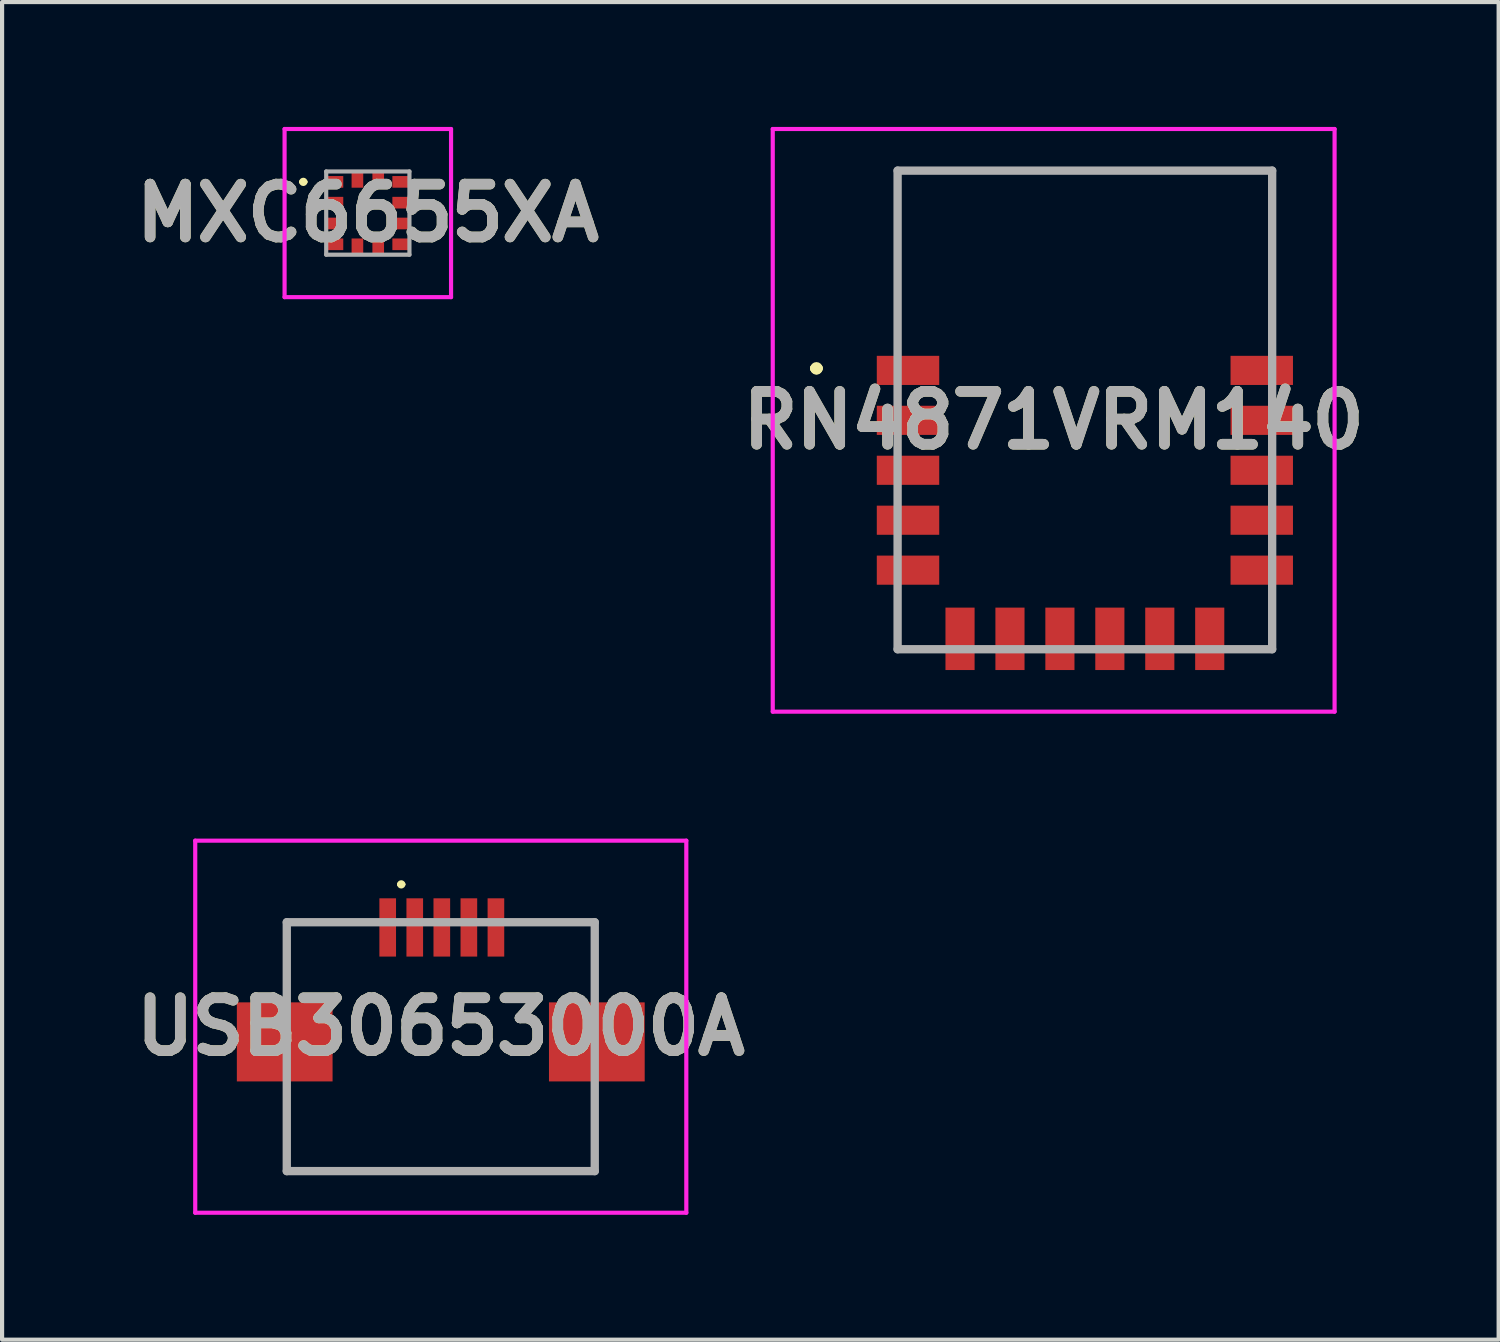
<source format=kicad_pcb>
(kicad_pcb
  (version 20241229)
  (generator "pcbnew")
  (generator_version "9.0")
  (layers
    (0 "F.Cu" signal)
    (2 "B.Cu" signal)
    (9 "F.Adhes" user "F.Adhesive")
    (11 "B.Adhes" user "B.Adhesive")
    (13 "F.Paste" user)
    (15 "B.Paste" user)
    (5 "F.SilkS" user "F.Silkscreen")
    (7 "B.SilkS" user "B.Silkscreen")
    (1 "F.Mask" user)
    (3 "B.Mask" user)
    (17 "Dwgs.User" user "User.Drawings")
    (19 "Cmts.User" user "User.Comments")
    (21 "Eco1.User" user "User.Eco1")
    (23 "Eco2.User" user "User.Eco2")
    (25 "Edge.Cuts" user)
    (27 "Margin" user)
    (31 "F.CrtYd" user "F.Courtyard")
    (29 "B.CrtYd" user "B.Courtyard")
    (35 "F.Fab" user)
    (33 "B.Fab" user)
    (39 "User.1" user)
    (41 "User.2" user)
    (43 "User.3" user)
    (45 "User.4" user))
  (footprint "USB30653000A"
    (layer "F.Cu")
    (at 7.541 22.1)
    (property "Reference" "USB30653000A" (at 0 -0.48 0) (layer "F.SilkS") (effects (font (size 1.27 1.27) (thickness 0.254))))
    (attr smd)
    (fp_line (start -3.7 -2.99) (end -2 -2.99) (stroke (width 0.1) (type solid)) (layer "F.SilkS"))
    (fp_line (start -3.7 -1.79) (end -3.7 -2.99) (stroke (width 0.1) (type solid)) (layer "F.SilkS"))
    (fp_line (start -3.7 1.21) (end -3.7 2.99) (stroke (width 0.1) (type solid)) (layer "F.SilkS"))
    (fp_line (start -3.7 2.99) (end 3.7 2.99) (stroke (width 0.1) (type solid)) (layer "F.SilkS"))
    (fp_line (start -1 -3.9) (end -1 -3.9) (stroke (width 0.1) (type solid)) (layer "F.SilkS"))
    (fp_line (start -0.9 -3.9) (end -0.9 -3.9) (stroke (width 0.1) (type solid)) (layer "F.SilkS"))
    (fp_line (start 2 -2.99) (end 3.7 -2.99) (stroke (width 0.1) (type solid)) (layer "F.SilkS"))
    (fp_line (start 3.7 -2.99) (end 3.7 -1.29) (stroke (width 0.1) (type solid)) (layer "F.SilkS"))
    (fp_line (start 3.7 2.99) (end 3.7 1.21) (stroke (width 0.1) (type solid)) (layer "F.SilkS"))
    (fp_arc (start -1 -3.9) (mid -0.95 -3.95) (end -0.9 -3.9) (stroke (width 0.1) (type solid)) (layer "F.SilkS"))
    (fp_arc (start -0.9 -3.9) (mid -0.95 -3.85) (end -1 -3.9) (stroke (width 0.1) (type solid)) (layer "F.SilkS"))
    (fp_line (start -5.9 -4.95) (end 5.9 -4.95) (stroke (width 0.1) (type solid)) (layer "F.CrtYd"))
    (fp_line (start -5.9 3.99) (end -5.9 -4.95) (stroke (width 0.1) (type solid)) (layer "F.CrtYd"))
    (fp_line (start 5.9 -4.95) (end 5.9 3.99) (stroke (width 0.1) (type solid)) (layer "F.CrtYd"))
    (fp_line (start 5.9 3.99) (end -5.9 3.99) (stroke (width 0.1) (type solid)) (layer "F.CrtYd"))
    (fp_line (start -3.7 -2.99) (end 3.7 -2.99) (stroke (width 0.2) (type solid)) (layer "F.Fab"))
    (fp_line (start -3.7 2.99) (end -3.7 -2.99) (stroke (width 0.2) (type solid)) (layer "F.Fab"))
    (fp_line (start 3.7 -2.99) (end 3.7 2.99) (stroke (width 0.2) (type solid)) (layer "F.Fab"))
    (fp_line (start 3.7 2.99) (end -3.7 2.99) (stroke (width 0.2) (type solid)) (layer "F.Fab"))
    (fp_text user "${REFERENCE}" (at 0 -0.48 0) (layer "F.Fab") (effects (font (size 1.27 1.27) (thickness 0.254))))
    (pad "1" smd rect (at -1.275 -2.865) (size 0.4 1.4) (layers "F.Cu" "F.Mask" "F.Paste"))
    (pad "2" smd rect (at -0.625 -2.865) (size 0.4 1.4) (layers "F.Cu" "F.Mask" "F.Paste"))
    (pad "3" smd rect (at 0.025 -2.865) (size 0.4 1.4) (layers "F.Cu" "F.Mask" "F.Paste"))
    (pad "4" smd rect (at 0.675 -2.865) (size 0.4 1.4) (layers "F.Cu" "F.Mask" "F.Paste"))
    (pad "5" smd rect (at -3.75 -0.115 90) (size 1.9 2.3) (layers "F.Cu" "F.Mask" "F.Paste"))
    (pad "5" smd rect (at 1.325 -2.865) (size 0.4 1.4) (layers "F.Cu" "F.Mask" "F.Paste"))
    (pad "6" smd rect (at 3.75 -0.115 90) (size 1.9 2.3) (layers "F.Cu" "F.Mask" "F.Paste")))
  (footprint "MXC6655XA"
    (layer "F.Cu")
    (at 5.788 2.07)
    (property "Reference" "MXC6655XA" (at 0 0 0) (layer "F.SilkS") (effects (font (size 1.27 1.27) (thickness 0.254))))
    (attr smd)
    (fp_line (start -1.6 -0.75) (end -1.6 -0.75) (stroke (width 0.1) (type solid)) (layer "F.SilkS"))
    (fp_line (start -1.5 -0.75) (end -1.5 -0.75) (stroke (width 0.1) (type solid)) (layer "F.SilkS"))
    (fp_arc (start -1.6 -0.75) (mid -1.55 -0.8) (end -1.5 -0.75) (stroke (width 0.1) (type solid)) (layer "F.SilkS"))
    (fp_arc (start -1.5 -0.75) (mid -1.55 -0.7) (end -1.6 -0.75) (stroke (width 0.1) (type solid)) (layer "F.SilkS"))
    (fp_line (start -2 -2.02) (end 2 -2.02) (stroke (width 0.1) (type solid)) (layer "F.CrtYd"))
    (fp_line (start -2 2.02) (end -2 -2.02) (stroke (width 0.1) (type solid)) (layer "F.CrtYd"))
    (fp_line (start 2 -2.02) (end 2 2.02) (stroke (width 0.1) (type solid)) (layer "F.CrtYd"))
    (fp_line (start 2 2.02) (end -2 2.02) (stroke (width 0.1) (type solid)) (layer "F.CrtYd"))
    (fp_line (start -1 -1) (end 1 -1) (stroke (width 0.1) (type solid)) (layer "F.Fab"))
    (fp_line (start -1 1) (end -1 -1) (stroke (width 0.1) (type solid)) (layer "F.Fab"))
    (fp_line (start 1 -1) (end 1 1) (stroke (width 0.1) (type solid)) (layer "F.Fab"))
    (fp_line (start 1 1) (end -1 1) (stroke (width 0.1) (type solid)) (layer "F.Fab"))
    (fp_text user "${REFERENCE}" (at 0 0 0) (layer "F.Fab") (effects (font (size 1.27 1.27) (thickness 0.254))))
    (pad "1" smd rect (at -0.795 -0.75 90) (size 0.28 0.41) (layers "F.Cu" "F.Mask" "F.Paste"))
    (pad "2" smd rect (at -0.795 -0.25 90) (size 0.28 0.41) (layers "F.Cu" "F.Mask" "F.Paste"))
    (pad "3" smd rect (at -0.795 0.25 90) (size 0.28 0.41) (layers "F.Cu" "F.Mask" "F.Paste"))
    (pad "4" smd rect (at -0.795 0.75 90) (size 0.28 0.41) (layers "F.Cu" "F.Mask" "F.Paste"))
    (pad "5" smd rect (at -0.25 0.815) (size 0.28 0.41) (layers "F.Cu" "F.Mask" "F.Paste"))
    (pad "6" smd rect (at 0.25 0.815) (size 0.28 0.41) (layers "F.Cu" "F.Mask" "F.Paste"))
    (pad "7" smd rect (at 0.795 0.75 90) (size 0.28 0.41) (layers "F.Cu" "F.Mask" "F.Paste"))
    (pad "8" smd rect (at 0.795 0.25 90) (size 0.28 0.41) (layers "F.Cu" "F.Mask" "F.Paste"))
    (pad "9" smd rect (at 0.795 -0.25 90) (size 0.28 0.41) (layers "F.Cu" "F.Mask" "F.Paste"))
    (pad "10" smd rect (at 0.795 -0.75 90) (size 0.28 0.41) (layers "F.Cu" "F.Mask" "F.Paste"))
    (pad "11" smd rect (at 0.25 -0.815) (size 0.28 0.41) (layers "F.Cu" "F.Mask" "F.Paste"))
    (pad "12" smd rect (at -0.25 -0.815) (size 0.28 0.41) (layers "F.Cu" "F.Mask" "F.Paste")))
  (footprint "RN4871VRM140"
    (layer "F.Cu")
    (at 23.018 6.8)
    (property "Reference" "RN4871VRM140" (at -0.75 0.25 0) (layer "F.SilkS") (effects (font (size 1.27 1.27) (thickness 0.254))))
    (attr smd)
    (fp_line (start -6.5 -1) (end -6.5 -1) (stroke (width 0.2) (type solid)) (layer "F.SilkS"))
    (fp_line (start -6.5 -1) (end -6.5 -1) (stroke (width 0.2) (type solid)) (layer "F.SilkS"))
    (fp_line (start -6.4 -1) (end -6.4 -1) (stroke (width 0.2) (type solid)) (layer "F.SilkS"))
    (fp_line (start -4.5 -5.75) (end -4.5 -5.75) (stroke (width 0.1) (type solid)) (layer "F.SilkS"))
    (fp_line (start -4.5 -5.75) (end -4.5 -5.75) (stroke (width 0.1) (type solid)) (layer "F.SilkS"))
    (fp_line (start -4.5 -5.75) (end -4.5 -2.25) (stroke (width 0.1) (type solid)) (layer "F.SilkS"))
    (fp_line (start -4.5 -5.75) (end 4.5 -5.75) (stroke (width 0.1) (type solid)) (layer "F.SilkS"))
    (fp_line (start -4.5 -2.25) (end -4.5 -5.75) (stroke (width 0.1) (type solid)) (layer "F.SilkS"))
    (fp_line (start -4.5 -2.25) (end -4.5 -2.25) (stroke (width 0.1) (type solid)) (layer "F.SilkS"))
    (fp_line (start -4.5 4.75) (end -4.5 4.75) (stroke (width 0.1) (type solid)) (layer "F.SilkS"))
    (fp_line (start -4.5 4.75) (end -4.5 5.75) (stroke (width 0.1) (type solid)) (layer "F.SilkS"))
    (fp_line (start -4.5 5.75) (end -4.5 4.75) (stroke (width 0.1) (type solid)) (layer "F.SilkS"))
    (fp_line (start -4.5 5.75) (end -4.5 5.75) (stroke (width 0.1) (type solid)) (layer "F.SilkS"))
    (fp_line (start -4.5 5.75) (end -4.5 5.75) (stroke (width 0.1) (type solid)) (layer "F.SilkS"))
    (fp_line (start -4.5 5.75) (end -3.75 5.75) (stroke (width 0.1) (type solid)) (layer "F.SilkS"))
    (fp_line (start -3.75 5.75) (end -4.5 5.75) (stroke (width 0.1) (type solid)) (layer "F.SilkS"))
    (fp_line (start -3.75 5.75) (end -3.75 5.75) (stroke (width 0.1) (type solid)) (layer "F.SilkS"))
    (fp_line (start 4 5.75) (end 4 5.75) (stroke (width 0.1) (type solid)) (layer "F.SilkS"))
    (fp_line (start 4 5.75) (end 4.5 5.75) (stroke (width 0.1) (type solid)) (layer "F.SilkS"))
    (fp_line (start 4.5 -5.75) (end -4.5 -5.75) (stroke (width 0.1) (type solid)) (layer "F.SilkS"))
    (fp_line (start 4.5 -5.75) (end 4.5 -5.75) (stroke (width 0.1) (type solid)) (layer "F.SilkS"))
    (fp_line (start 4.5 -5.75) (end 4.5 -5.75) (stroke (width 0.1) (type solid)) (layer "F.SilkS"))
    (fp_line (start 4.5 -5.75) (end 4.5 -2) (stroke (width 0.1) (type solid)) (layer "F.SilkS"))
    (fp_line (start 4.5 -2) (end 4.5 -5.75) (stroke (width 0.1) (type solid)) (layer "F.SilkS"))
    (fp_line (start 4.5 -2) (end 4.5 -2) (stroke (width 0.1) (type solid)) (layer "F.SilkS"))
    (fp_line (start 4.5 5) (end 4.5 5) (stroke (width 0.1) (type solid)) (layer "F.SilkS"))
    (fp_line (start 4.5 5) (end 4.5 5.75) (stroke (width 0.1) (type solid)) (layer "F.SilkS"))
    (fp_line (start 4.5 5.75) (end 4 5.75) (stroke (width 0.1) (type solid)) (layer "F.SilkS"))
    (fp_line (start 4.5 5.75) (end 4.5 5) (stroke (width 0.1) (type solid)) (layer "F.SilkS"))
    (fp_line (start 4.5 5.75) (end 4.5 5.75) (stroke (width 0.1) (type solid)) (layer "F.SilkS"))
    (fp_line (start 4.5 5.75) (end 4.5 5.75) (stroke (width 0.1) (type solid)) (layer "F.SilkS"))
    (fp_arc (start -6.5 -1) (mid -6.45 -1.05) (end -6.4 -1) (stroke (width 0.2) (type solid)) (layer "F.SilkS"))
    (fp_arc (start -6.4 -1) (mid -6.45 -0.95) (end -6.5 -1) (stroke (width 0.2) (type solid)) (layer "F.SilkS"))
    (fp_arc (start -6.4 -1) (mid -6.45 -0.95) (end -6.5 -1) (stroke (width 0.2) (type solid)) (layer "F.SilkS"))
    (fp_line (start -7.5 -6.75) (end 6 -6.75) (stroke (width 0.1) (type solid)) (layer "F.CrtYd"))
    (fp_line (start -7.5 7.25) (end -7.5 -6.75) (stroke (width 0.1) (type solid)) (layer "F.CrtYd"))
    (fp_line (start 6 -6.75) (end 6 7.25) (stroke (width 0.1) (type solid)) (layer "F.CrtYd"))
    (fp_line (start 6 7.25) (end -7.5 7.25) (stroke (width 0.1) (type solid)) (layer "F.CrtYd"))
    (fp_line (start -4.5 -5.75) (end -4.5 5.75) (stroke (width 0.2) (type solid)) (layer "F.Fab"))
    (fp_line (start -4.5 5.75) (end 4.5 5.75) (stroke (width 0.2) (type solid)) (layer "F.Fab"))
    (fp_line (start 4.5 -5.75) (end -4.5 -5.75) (stroke (width 0.2) (type solid)) (layer "F.Fab"))
    (fp_line (start 4.5 5.75) (end 4.5 -5.75) (stroke (width 0.2) (type solid)) (layer "F.Fab"))
    (fp_text user "${REFERENCE}" (at -0.75 0.25 0) (layer "F.Fab") (effects (font (size 1.27 1.27) (thickness 0.254))))
    (pad "1" smd rect (at -4.25 -0.95 90) (size 0.7 1.5) (layers "F.Cu" "F.Mask" "F.Paste"))
    (pad "2" smd rect (at -4.25 0.25 90) (size 0.7 1.5) (layers "F.Cu" "F.Mask" "F.Paste"))
    (pad "3" smd rect (at -4.25 1.45 90) (size 0.7 1.5) (layers "F.Cu" "F.Mask" "F.Paste"))
    (pad "4" smd rect (at -4.25 2.65 90) (size 0.7 1.5) (layers "F.Cu" "F.Mask" "F.Paste"))
    (pad "5" smd rect (at -4.25 3.85 90) (size 0.7 1.5) (layers "F.Cu" "F.Mask" "F.Paste"))
    (pad "6" smd rect (at -3 5.5) (size 0.7 1.5) (layers "F.Cu" "F.Mask" "F.Paste"))
    (pad "7" smd rect (at -1.8 5.5) (size 0.7 1.5) (layers "F.Cu" "F.Mask" "F.Paste"))
    (pad "8" smd rect (at -0.6 5.5) (size 0.7 1.5) (layers "F.Cu" "F.Mask" "F.Paste"))
    (pad "9" smd rect (at 0.6 5.5) (size 0.7 1.5) (layers "F.Cu" "F.Mask" "F.Paste"))
    (pad "10" smd rect (at 1.8 5.5) (size 0.7 1.5) (layers "F.Cu" "F.Mask" "F.Paste"))
    (pad "11" smd rect (at 3 5.5) (size 0.7 1.5) (layers "F.Cu" "F.Mask" "F.Paste"))
    (pad "12" smd rect (at 4.25 3.85 90) (size 0.7 1.5) (layers "F.Cu" "F.Mask" "F.Paste"))
    (pad "13" smd rect (at 4.25 2.65 90) (size 0.7 1.5) (layers "F.Cu" "F.Mask" "F.Paste"))
    (pad "14" smd rect (at 4.25 1.45 90) (size 0.7 1.5) (layers "F.Cu" "F.Mask" "F.Paste"))
    (pad "15" smd rect (at 4.25 0.25 90) (size 0.7 1.5) (layers "F.Cu" "F.Mask" "F.Paste"))
    (pad "16" smd rect (at 4.25 -0.95 90) (size 0.7 1.5) (layers "F.Cu" "F.Mask" "F.Paste")))
  (gr_rect
    (start -3 -3)
    (end 32.96 29.14)
    (stroke (width 0.1) (type default))
    (fill no)
    (layer "Edge.Cuts")))
</source>
